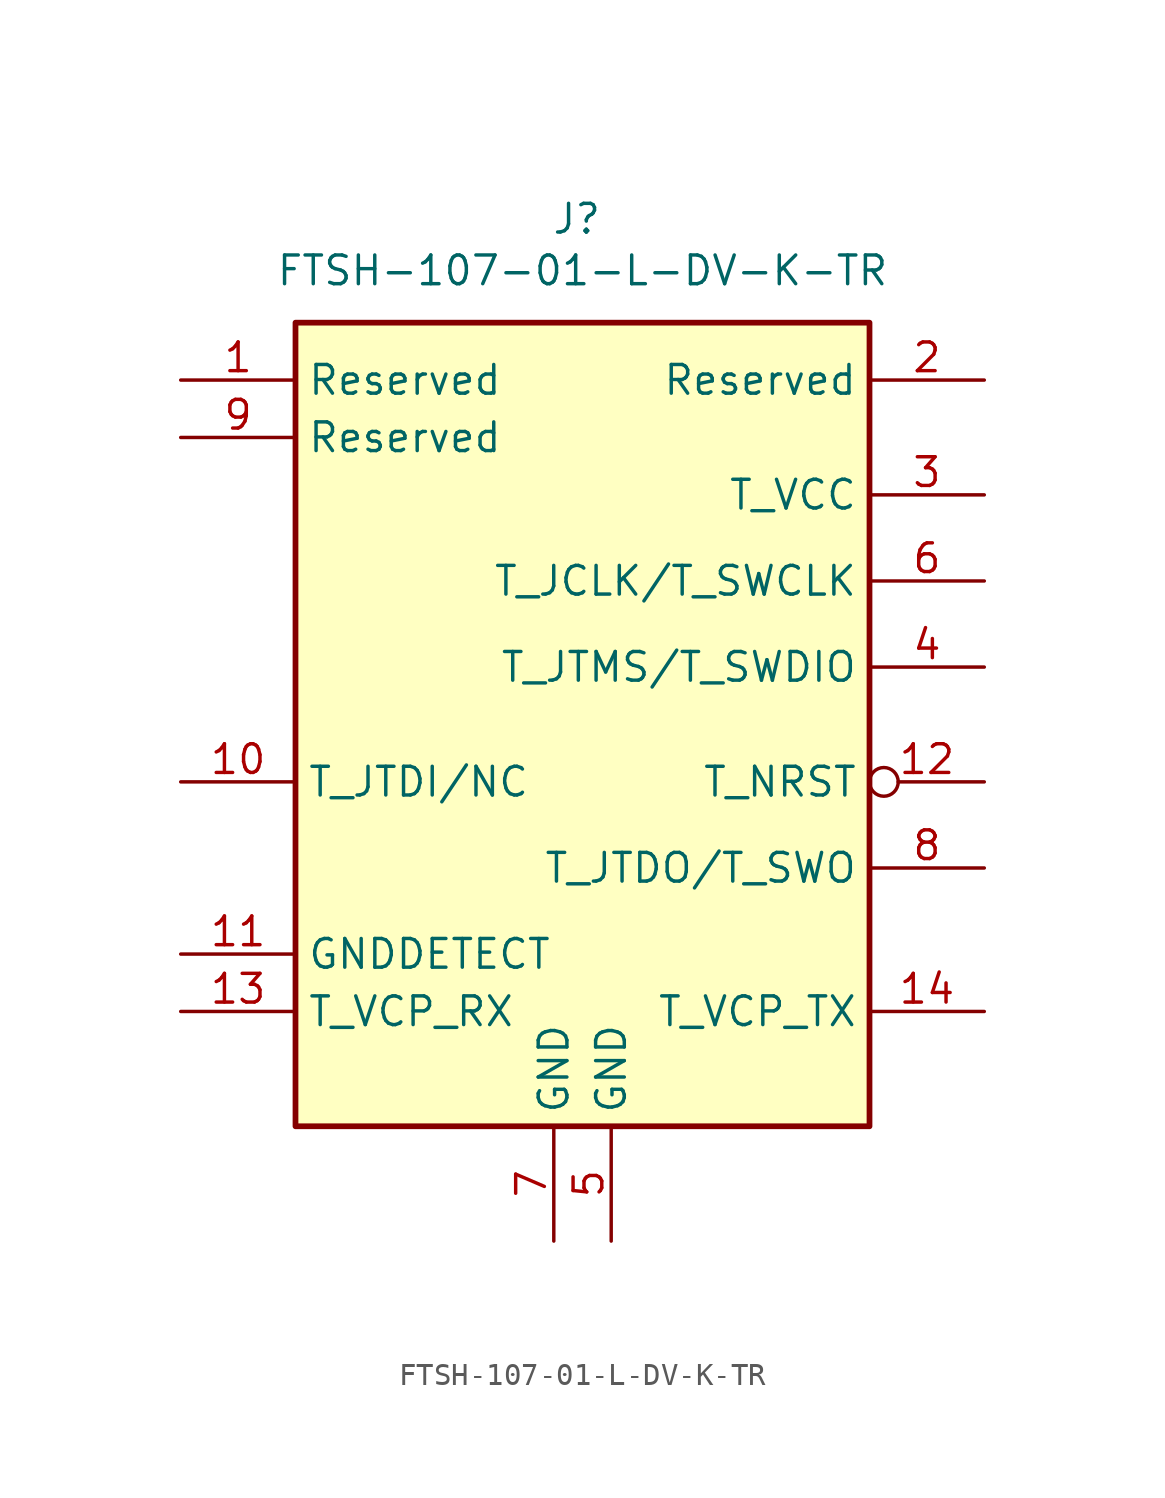
<source format=kicad_sym>
(kicad_symbol_lib
  (version 20241209)
  (generator "kicad_symbol_editor")
  (generator_version "9.0")
  (symbol "FTSH-107-01-L-DV-K-TR"
    (property "Reference" "J"
      (at 17.526 7.874 0)
      (effects (font (size 1.27 1.27)) (justify top)))
    (property "Value" "FTSH-107-01-L-DV-K-TR"
      (at 17.78 5.588 0)
      (effects (font (size 1.27 1.27)) (justify top)))
    (symbol "FTSH-107-01-L-DV-K-TR_1_1"
      (rectangle (start 5.08 2.54) (end 30.48 -33.02) (stroke (width 0.254) (type default)) (fill (type background)))
      (pin passive line (at 0 0 0) (length 5.08) (name "Reserved" (effects (font (size 1.27 1.27)))) (number "1" (effects (font (size 1.27 1.27)))))
      (pin passive line (at 0 -2.54 0) (length 5.08) (name "Reserved" (effects (font (size 1.27 1.27)))) (number "9" (effects (font (size 1.27 1.27)))))
      (pin output line (at 0 -17.78 0) (length 5.08) (name "T_JTDI/NC" (effects (font (size 1.27 1.27)))) (number "10" (effects (font (size 1.27 1.27)))))
      (pin output line (at 0 -25.4 0) (length 5.08) (name "GNDDETECT" (effects (font (size 1.27 1.27)))) (number "11" (effects (font (size 1.27 1.27)))))
      (pin output line (at 0 -27.94 0) (length 5.08) (name "T_VCP_RX" (effects (font (size 1.27 1.27)))) (number "13" (effects (font (size 1.27 1.27)))))
      (pin input line (at 16.51 -38.1 90) (length 5.08) (name "GND" (effects (font (size 1.27 1.27)))) (number "7" (effects (font (size 1.27 1.27)))))
      (pin input line (at 19.05 -38.1 90) (length 5.08) (name "GND" (effects (font (size 1.27 1.27)))) (number "5" (effects (font (size 1.27 1.27)))))
      (pin passive line (at 35.56 0 180) (length 5.08) (name "Reserved" (effects (font (size 1.27 1.27)))) (number "2" (effects (font (size 1.27 1.27)))))
      (pin input line (at 35.56 -5.08 180) (length 5.08) (name "T_VCC" (effects (font (size 1.27 1.27)))) (number "3" (effects (font (size 1.27 1.27)))))
      (pin output line (at 35.56 -8.89 180) (length 5.08) (name "T_JCLK/T_SWCLK" (effects (font (size 1.27 1.27)))) (number "6" (effects (font (size 1.27 1.27)))))
      (pin bidirectional line (at 35.56 -12.7 180) (length 5.08) (name "T_JTMS/T_SWDIO" (effects (font (size 1.27 1.27)))) (number "4" (effects (font (size 1.27 1.27)))))
      (pin output inverted (at 35.56 -17.78 180) (length 5.08) (name "T_NRST" (effects (font (size 1.27 1.27)))) (number "12" (effects (font (size 1.27 1.27)))))
      (pin input line (at 35.56 -21.59 180) (length 5.08) (name "T_JTDO/T_SWO" (effects (font (size 1.27 1.27)))) (number "8" (effects (font (size 1.27 1.27)))))
      (pin input line (at 35.56 -27.94 180) (length 5.08) (name "T_VCP_TX" (effects (font (size 1.27 1.27)))) (number "14" (effects (font (size 1.27 1.27))))))))
</source>
